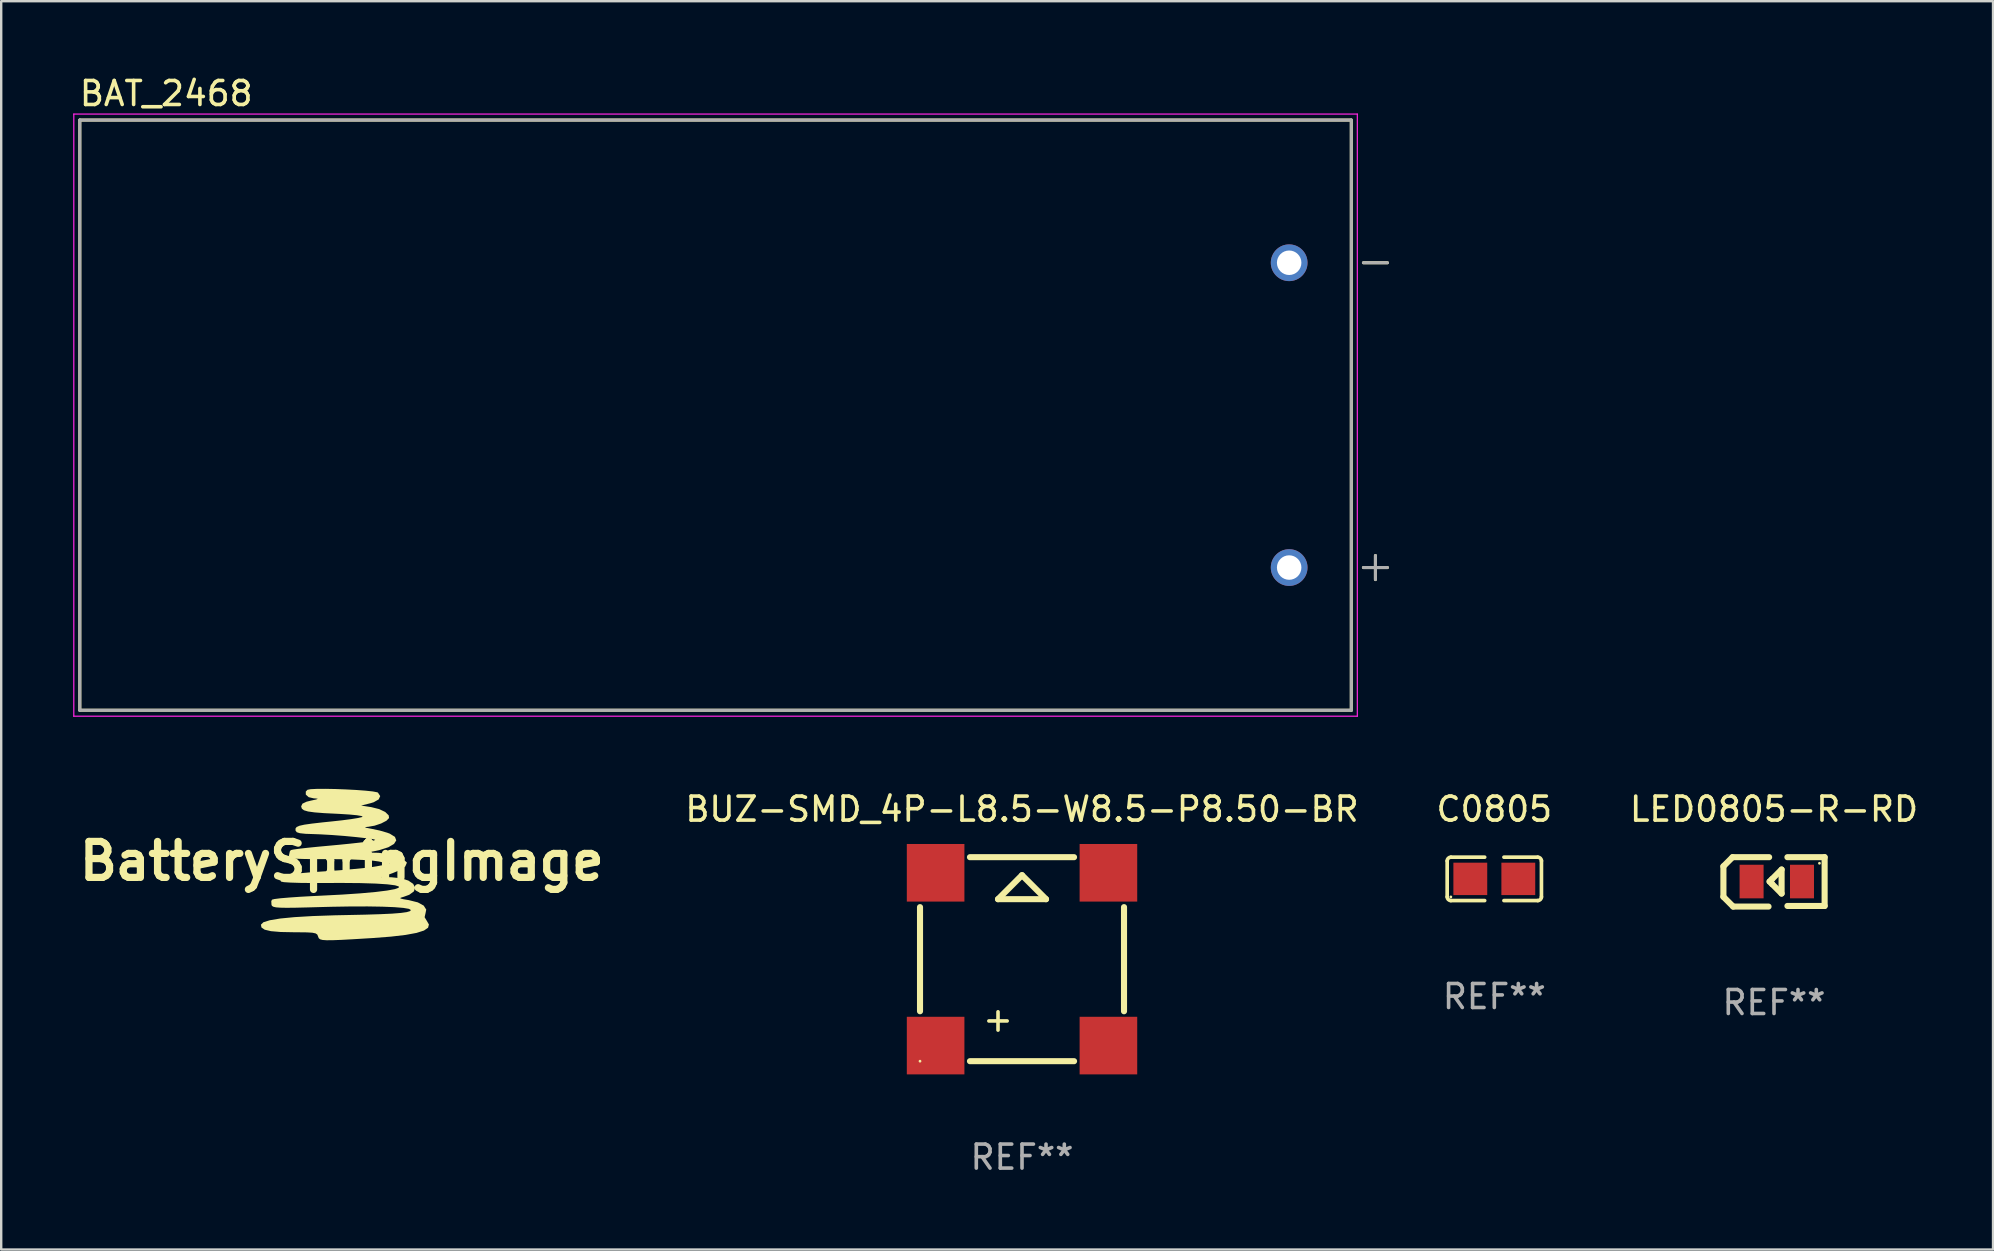
<source format=kicad_pcb>
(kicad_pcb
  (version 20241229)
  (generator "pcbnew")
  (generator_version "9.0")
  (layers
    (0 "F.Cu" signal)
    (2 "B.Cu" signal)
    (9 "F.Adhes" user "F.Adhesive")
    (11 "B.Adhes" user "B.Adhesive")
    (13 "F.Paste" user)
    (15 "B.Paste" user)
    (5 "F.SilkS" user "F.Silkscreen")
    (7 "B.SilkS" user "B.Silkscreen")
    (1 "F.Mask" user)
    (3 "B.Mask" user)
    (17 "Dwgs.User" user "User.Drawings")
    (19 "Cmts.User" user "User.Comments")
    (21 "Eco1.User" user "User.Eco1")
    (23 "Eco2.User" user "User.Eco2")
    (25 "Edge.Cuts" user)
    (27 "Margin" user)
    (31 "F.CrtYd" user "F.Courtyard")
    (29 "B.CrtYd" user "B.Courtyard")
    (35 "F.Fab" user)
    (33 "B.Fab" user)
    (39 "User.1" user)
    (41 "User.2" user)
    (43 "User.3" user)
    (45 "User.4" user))
  (footprint "LED0805-R-RD"
    (layer "F.Cu")
    (at 70.983 33.681)
    (property "Reference" "LED0805-R-RD" (at -0.116 -3.015 0) (layer "F.SilkS") (effects (font (size 1 1) (thickness 0.15))))
    (attr smd)
    (fp_line (start -2.224 -0.634) (end -1.843 -1.015) (stroke (width 0.254) (type solid)) (layer "F.SilkS"))
    (fp_line (start -2.224 0.636) (end -2.224 -0.634) (stroke (width 0.254) (type solid)) (layer "F.SilkS"))
    (fp_line (start -1.843 -1.015) (end -0.319 -1.015) (stroke (width 0.254) (type solid)) (layer "F.SilkS"))
    (fp_line (start -1.817 1.043) (end -2.224 0.636) (stroke (width 0.254) (type solid)) (layer "F.SilkS"))
    (fp_line (start -0.344 1.043) (end -1.817 1.043) (stroke (width 0.254) (type solid)) (layer "F.SilkS"))
    (fp_line (start -0.3 0) (end -0.2 0.1) (stroke (width 0.254) (type solid)) (layer "F.SilkS"))
    (fp_line (start -0.2 -0.1) (end -0.3 0) (stroke (width 0.254) (type solid)) (layer "F.SilkS"))
    (fp_line (start -0.2 0.1) (end 0.2 0.5) (stroke (width 0.254) (type solid)) (layer "F.SilkS"))
    (fp_line (start 0.2 -0.5) (end -0.2 -0.1) (stroke (width 0.254) (type solid)) (layer "F.SilkS"))
    (fp_line (start 0.2 -0.5) (end 0.2 0.5) (stroke (width 0.254) (type solid)) (layer "F.SilkS"))
    (fp_line (start 0.443 1.017) (end 1.993 1.017) (stroke (width 0.254) (type solid)) (layer "F.SilkS"))
    (fp_line (start 1.993 -1.015) (end 0.443 -1.015) (stroke (width 0.254) (type solid)) (layer "F.SilkS"))
    (fp_line (start 1.993 1.017) (end 1.993 -1.015) (stroke (width 0.254) (type solid)) (layer "F.SilkS"))
    (fp_circle (center 1.778 -0.762) (end 1.808 -0.762) (stroke (width 0.06) (type solid)) (fill no) (layer "F.SilkS"))
    (fp_text user "REF**" (at -0.116 5.043 0) (layer "F.Fab") (effects (font (size 1 1) (thickness 0.15))))
    (pad "1" smd rect (at 1.05 0 180) (size 1 1.4) (layers "F.Cu" "F.Mask" "F.Paste"))
    (pad "2" smd rect (at -1.05 0 180) (size 1 1.4) (layers "F.Cu" "F.Mask" "F.Paste")))
  (footprint "BatterySpringImage"
    (layer "F.Cu")
    (at 11.193 32.831)
    (property "Reference" "BatterySpringImage" (at 0 0 0) (layer "F.SilkS") (effects (font (size 1.5 1.5) (thickness 0.3))))
    (attr board_only exclude_from_pos_files exclude_from_bom)
    (fp_poly (pts (xy -0.267 -3.005) (xy 0.175 -2.988) (xy 0.607 -2.965) (xy 0.991 -2.936) (xy 1.292 -2.904) (xy 1.475 -2.869) (xy 1.506 -2.854) (xy 1.599 -2.711) (xy 1.536 -2.572) (xy 1.327 -2.454) (xy 1.185 -2.411) (xy 0.804 -2.316) (xy 1.224 -2.251) (xy 1.555 -2.169) (xy 1.809 -2.048) (xy 1.953 -1.908) (xy 1.968 -1.796) (xy 1.859 -1.684) (xy 1.639 -1.57) (xy 1.366 -1.478) (xy 1.097 -1.431) (xy 1.069 -1.429) (xy 0.963 -1.417) (xy 1.014 -1.391) (xy 1.228 -1.349) (xy 1.25 -1.345) (xy 1.576 -1.276) (xy 1.887 -1.186) (xy 1.998 -1.145) (xy 2.213 -1.011) (xy 2.268 -0.865) (xy 2.174 -0.717) (xy 1.938 -0.579) (xy 1.569 -0.461) (xy 1.419 -0.428) (xy 1.058 -0.357) (xy 1.518 -0.348) (xy 1.791 -0.317) (xy 2.091 -0.246) (xy 2.374 -0.151) (xy 2.593 -0.047) (xy 2.703 0.049) (xy 2.708 0.071) (xy 2.642 0.222) (xy 2.441 0.364) (xy 2.112 0.501) (xy 1.651 0.665) (xy 2.056 0.671) (xy 2.462 0.712) (xy 2.771 0.809) (xy 2.972 0.945) (xy 3.053 1.101) (xy 3.003 1.26) (xy 2.809 1.402) (xy 2.582 1.484) (xy 2.452 1.524) (xy 2.438 1.554) (xy 2.559 1.585) (xy 2.794 1.625) (xy 3.166 1.718) (xy 3.412 1.853) (xy 3.517 2.019) (xy 3.487 2.171) (xy 3.449 2.336) (xy 3.537 2.481) (xy 3.629 2.639) (xy 3.593 2.774) (xy 3.424 2.891) (xy 3.114 2.99) (xy 2.657 3.074) (xy 2.046 3.145) (xy 1.273 3.205) (xy 1.123 3.214) (xy 0.481 3.253) (xy -0.013 3.28) (xy -0.377 3.294) (xy -0.634 3.296) (xy -0.803 3.284) (xy -0.904 3.257) (xy -0.958 3.215) (xy -0.985 3.157) (xy -0.991 3.133) (xy -1.023 3.059) (xy -1.092 3.011) (xy -1.228 2.982) (xy -1.462 2.968) (xy -1.824 2.964) (xy -1.994 2.963) (xy -2.551 2.952) (xy -2.953 2.918) (xy -3.215 2.856) (xy -3.349 2.764) (xy -3.371 2.646) (xy -3.269 2.547) (xy -3.003 2.463) (xy -2.572 2.391) (xy -1.975 2.333) (xy -1.211 2.288) (xy -0.28 2.256) (xy 0.169 2.247) (xy 0.965 2.23) (xy 1.604 2.21) (xy 2.098 2.187) (xy 2.461 2.158) (xy 2.703 2.124) (xy 2.838 2.084) (xy 2.879 2.038) (xy 2.797 1.988) (xy 2.561 1.948) (xy 2.186 1.917) (xy 1.687 1.897) (xy 1.08 1.887) (xy 0.38 1.888) (xy -0.399 1.901) (xy -0.766 1.91) (xy -1.42 1.928) (xy -1.925 1.94) (xy -2.3 1.944) (xy -2.565 1.939) (xy -2.741 1.926) (xy -2.848 1.902) (xy -2.905 1.869) (xy -2.93 1.827) (xy -2.94 1.666) (xy -2.908 1.604) (xy -2.804 1.578) (xy -2.556 1.547) (xy -2.189 1.516) (xy -1.729 1.484) (xy -1.2 1.455) (xy -0.928 1.442) (xy 0.004 1.394) (xy 0.785 1.341) (xy 1.414 1.284) (xy 1.888 1.225) (xy 2.208 1.166) (xy 2.37 1.108) (xy 2.374 1.055) (xy 2.217 1.007) (xy 1.899 0.966) (xy 1.418 0.935) (xy 0.772 0.915) (xy -0.04 0.908) (xy -0.487 0.91) (xy -1.161 0.912) (xy -1.715 0.907) (xy -2.136 0.894) (xy -2.413 0.876) (xy -2.535 0.851) (xy -2.54 0.844) (xy -2.538 0.703) (xy -2.538 0.699) (xy -2.496 0.642) (xy -2.361 0.593) (xy -2.118 0.548) (xy -1.752 0.505) (xy -1.247 0.461) (xy -0.594 0.416) (xy -0.063 0.378) (xy 0.454 0.333) (xy 0.914 0.287) (xy 1.275 0.243) (xy 1.438 0.217) (xy 1.99 0.112) (xy 1.541 0.014) (xy 1.301 -0.019) (xy 0.926 -0.047) (xy 0.447 -0.069) (xy -0.101 -0.081) (xy -0.555 -0.085) (xy -1.121 -0.085) (xy -1.54 -0.089) (xy -1.834 -0.098) (xy -2.025 -0.115) (xy -2.135 -0.141) (xy -2.187 -0.179) (xy -2.201 -0.231) (xy -2.201 -0.249) (xy -2.166 -0.409) (xy -2.124 -0.461) (xy -2.018 -0.484) (xy -1.772 -0.518) (xy -1.417 -0.558) (xy -0.981 -0.602) (xy -0.621 -0.635) (xy -0.116 -0.682) (xy 0.36 -0.73) (xy 0.767 -0.775) (xy 1.067 -0.812) (xy 1.185 -0.83) (xy 1.335 -0.86) (xy 1.391 -0.885) (xy 1.335 -0.909) (xy 1.153 -0.939) (xy 0.827 -0.977) (xy 0.593 -1.003) (xy 0.102 -1.05) (xy -0.424 -1.09) (xy -0.907 -1.117) (xy -1.142 -1.126) (xy -1.515 -1.139) (xy -1.749 -1.164) (xy -1.876 -1.204) (xy -1.926 -1.268) (xy -1.929 -1.281) (xy -1.93 -1.359) (xy -1.883 -1.422) (xy -1.767 -1.474) (xy -1.56 -1.52) (xy -1.241 -1.565) (xy -0.788 -1.617) (xy -0.436 -1.653) (xy 0.005 -1.701) (xy 0.386 -1.751) (xy 0.676 -1.798) (xy 0.843 -1.837) (xy 0.867 -1.85) (xy 0.817 -1.881) (xy 0.623 -1.913) (xy 0.311 -1.943) (xy -0.091 -1.968) (xy -0.186 -1.973) (xy -0.733 -2) (xy -1.133 -2.031) (xy -1.407 -2.069) (xy -1.577 -2.119) (xy -1.665 -2.186) (xy -1.693 -2.273) (xy -1.693 -2.287) (xy -1.642 -2.395) (xy -1.469 -2.477) (xy -1.291 -2.521) (xy -1.068 -2.57) (xy -1.001 -2.597) (xy -1.078 -2.611) (xy -1.167 -2.615) (xy -1.38 -2.665) (xy -1.501 -2.772) (xy -1.502 -2.9) (xy -1.431 -2.973) (xy -1.303 -2.998) (xy -1.042 -3.011) (xy -0.685 -3.013)) (stroke (width 0) (type solid)) (fill yes) (layer "F.SilkS")))
  (footprint "C0805"
    (layer "F.Cu")
    (at 59.213 33.57)
    (property "Reference" "C0805" (at 0 -2.904 0) (layer "F.SilkS") (effects (font (size 1 1) (thickness 0.15))))
    (attr smd)
    (fp_line (start -1.964 0.751) (end -1.964 -0.751) (stroke (width 0.152) (type solid)) (layer "F.SilkS"))
    (fp_line (start -1.811 -0.904) (end -0.401 -0.904) (stroke (width 0.152) (type solid)) (layer "F.SilkS"))
    (fp_line (start -0.401 0.904) (end -1.811 0.904) (stroke (width 0.152) (type solid)) (layer "F.SilkS"))
    (fp_line (start 0.401 0.904) (end 1.811 0.904) (stroke (width 0.152) (type solid)) (layer "F.SilkS"))
    (fp_line (start 1.811 -0.904) (end 0.401 -0.904) (stroke (width 0.152) (type solid)) (layer "F.SilkS"))
    (fp_line (start 1.964 0.751) (end 1.964 -0.751) (stroke (width 0.152) (type solid)) (layer "F.SilkS"))
    (fp_arc (start -1.963602 -0.751207) (mid -1.918965 -0.858971) (end -1.811201 -0.903608) (stroke (width 0.1524) (type solid)) (layer "F.SilkS"))
    (fp_arc (start -1.811201 0.903607) (mid -1.918964 0.85897) (end -1.963601 0.751207) (stroke (width 0.1524) (type solid)) (layer "F.SilkS"))
    (fp_arc (start 1.811201 -0.903607) (mid 1.918964 -0.85897) (end 1.963601 -0.751207) (stroke (width 0.1524) (type solid)) (layer "F.SilkS"))
    (fp_arc (start 1.963602 0.751207) (mid 1.918965 0.858971) (end 1.811201 0.903608) (stroke (width 0.1524) (type solid)) (layer "F.SilkS"))
    (fp_circle (center -1.811 0.751) (end -1.781 0.751) (stroke (width 0.06) (type solid)) (fill no) (layer "F.SilkS"))
    (fp_text user "REF**" (at 0 4.904 0) (layer "F.Fab") (effects (font (size 1 1) (thickness 0.15))))
    (pad "1" smd rect (at -1 0) (size 1.41 1.35) (layers "F.Cu" "F.Mask" "F.Paste"))
    (pad "2" smd rect (at 1 0) (size 1.41 1.35) (layers "F.Cu" "F.Mask" "F.Paste")))
  (footprint "BUZ-SMD_4P-L8.5-W8.5-P8.50-BR"
    (layer "F.Cu")
    (at 39.534 36.916)
    (property "Reference" "BUZ-SMD_4P-L8.5-W8.5-P8.50-BR" (at 0.000127 -6.25 0) (layer "F.SilkS") (effects (font (size 1 1) (thickness 0.15))))
    (attr through_hole)
    (fp_line (start -4.25 2.169) (end -4.25 -2.169) (stroke (width 0.254) (type solid)) (layer "F.SilkS"))
    (fp_line (start -2.169 -4.25) (end 2.168 -4.25) (stroke (width 0.254) (type solid)) (layer "F.SilkS"))
    (fp_line (start -1 -2.5) (end 1 -2.5) (stroke (width 0.254) (type solid)) (layer "F.SilkS"))
    (fp_line (start 0 -3.5) (end -1 -2.5) (stroke (width 0.254) (type solid)) (layer "F.SilkS"))
    (fp_line (start 1 -2.5) (end 0 -3.5) (stroke (width 0.254) (type solid)) (layer "F.SilkS"))
    (fp_line (start 2.169 4.25) (end -2.169 4.25) (stroke (width 0.254) (type solid)) (layer "F.SilkS"))
    (fp_line (start 4.25 -2.169) (end 4.25 2.169) (stroke (width 0.254) (type solid)) (layer "F.SilkS"))
    (fp_circle (center -4.25 4.25) (end -4.22 4.25) (stroke (width 0.06) (type solid)) (fill no) (layer "F.SilkS"))
    (fp_text user "+" (at -1 2.5 0) (layer "F.SilkS") (effects (font (size 1 1) (thickness 0.15))))
    (fp_text user "REF**" (at 0.000127 8.25 0) (layer "F.Fab") (effects (font (size 1 1) (thickness 0.15))))
    (pad "1" smd rect (at -3.6 3.6) (size 2.4 2.4) (layers "F.Cu" "F.Mask" "F.Paste"))
    (pad "2" smd rect (at 3.6 3.6) (size 2.4 2.4) (layers "F.Cu" "F.Mask" "F.Paste"))
    (pad "3" smd rect (at 3.6 -3.6) (size 2.4 2.4) (layers "F.Cu" "F.Mask" "F.Paste"))
    (pad "4" smd rect (at -3.6 -3.6) (size 2.4 2.4) (layers "F.Cu" "F.Mask" "F.Paste")))
  (footprint "BAT_2468"
    (layer "F.Cu")
    (at 26.765 14.248)
    (property "Reference" "BAT_2468" (at -22.89 -13.4 0) (layer "F.SilkS") (effects (font (size 1 1) (thickness 0.15))))
    (attr through_hole)
    (fp_line (start -26.49 -12.295) (end 26.49 -12.295) (stroke (width 0.127) (type solid)) (layer "F.SilkS"))
    (fp_line (start -26.49 12.295) (end -26.49 -12.295) (stroke (width 0.127) (type solid)) (layer "F.SilkS"))
    (fp_line (start 26.49 -12.295) (end 26.49 12.295) (stroke (width 0.127) (type solid)) (layer "F.SilkS"))
    (fp_line (start 26.49 12.295) (end -26.49 12.295) (stroke (width 0.127) (type solid)) (layer "F.SilkS"))
    (fp_line (start 26.995 -6.35) (end 27.995 -6.35) (stroke (width 0.127) (type solid)) (layer "F.SilkS"))
    (fp_line (start 26.995 6.35) (end 27.995 6.35) (stroke (width 0.127) (type solid)) (layer "F.SilkS"))
    (fp_line (start 27.495 5.85) (end 27.495 6.85) (stroke (width 0.127) (type solid)) (layer "F.SilkS"))
    (fp_line (start -26.74 -12.545) (end 26.74 -12.545) (stroke (width 0.05) (type solid)) (layer "F.CrtYd"))
    (fp_line (start -26.74 12.545) (end -26.74 -12.545) (stroke (width 0.05) (type solid)) (layer "F.CrtYd"))
    (fp_line (start 26.74 -12.545) (end 26.74 12.545) (stroke (width 0.05) (type solid)) (layer "F.CrtYd"))
    (fp_line (start 26.74 12.545) (end -26.74 12.545) (stroke (width 0.05) (type solid)) (layer "F.CrtYd"))
    (fp_line (start -26.49 -12.295) (end 26.49 -12.295) (stroke (width 0.127) (type solid)) (layer "F.Fab"))
    (fp_line (start -26.49 12.295) (end -26.49 -12.295) (stroke (width 0.127) (type solid)) (layer "F.Fab"))
    (fp_line (start 26.49 -12.295) (end 26.49 12.295) (stroke (width 0.127) (type solid)) (layer "F.Fab"))
    (fp_line (start 26.49 12.295) (end -26.49 12.295) (stroke (width 0.127) (type solid)) (layer "F.Fab"))
    (fp_line (start 26.995 -6.35) (end 27.995 -6.35) (stroke (width 0.127) (type solid)) (layer "F.Fab"))
    (fp_line (start 26.995 6.35) (end 27.995 6.35) (stroke (width 0.127) (type solid)) (layer "F.Fab"))
    (fp_line (start 27.495 5.85) (end 27.495 6.85) (stroke (width 0.127) (type solid)) (layer "F.Fab"))
    (pad "1" thru_hole circle (at 23.9 6.35) (size 1.53 1.53) (drill 1.02) (layers "*.Cu" "*.Mask"))
    (pad "2" thru_hole circle (at 23.9 -6.35) (size 1.53 1.53) (drill 1.02) (layers "*.Cu" "*.Mask")))
  (gr_rect
    (start -3 -3)
    (end 79.993 49.015)
    (stroke (width 0.1) (type default))
    (fill no)
    (layer "Edge.Cuts")))
</source>
